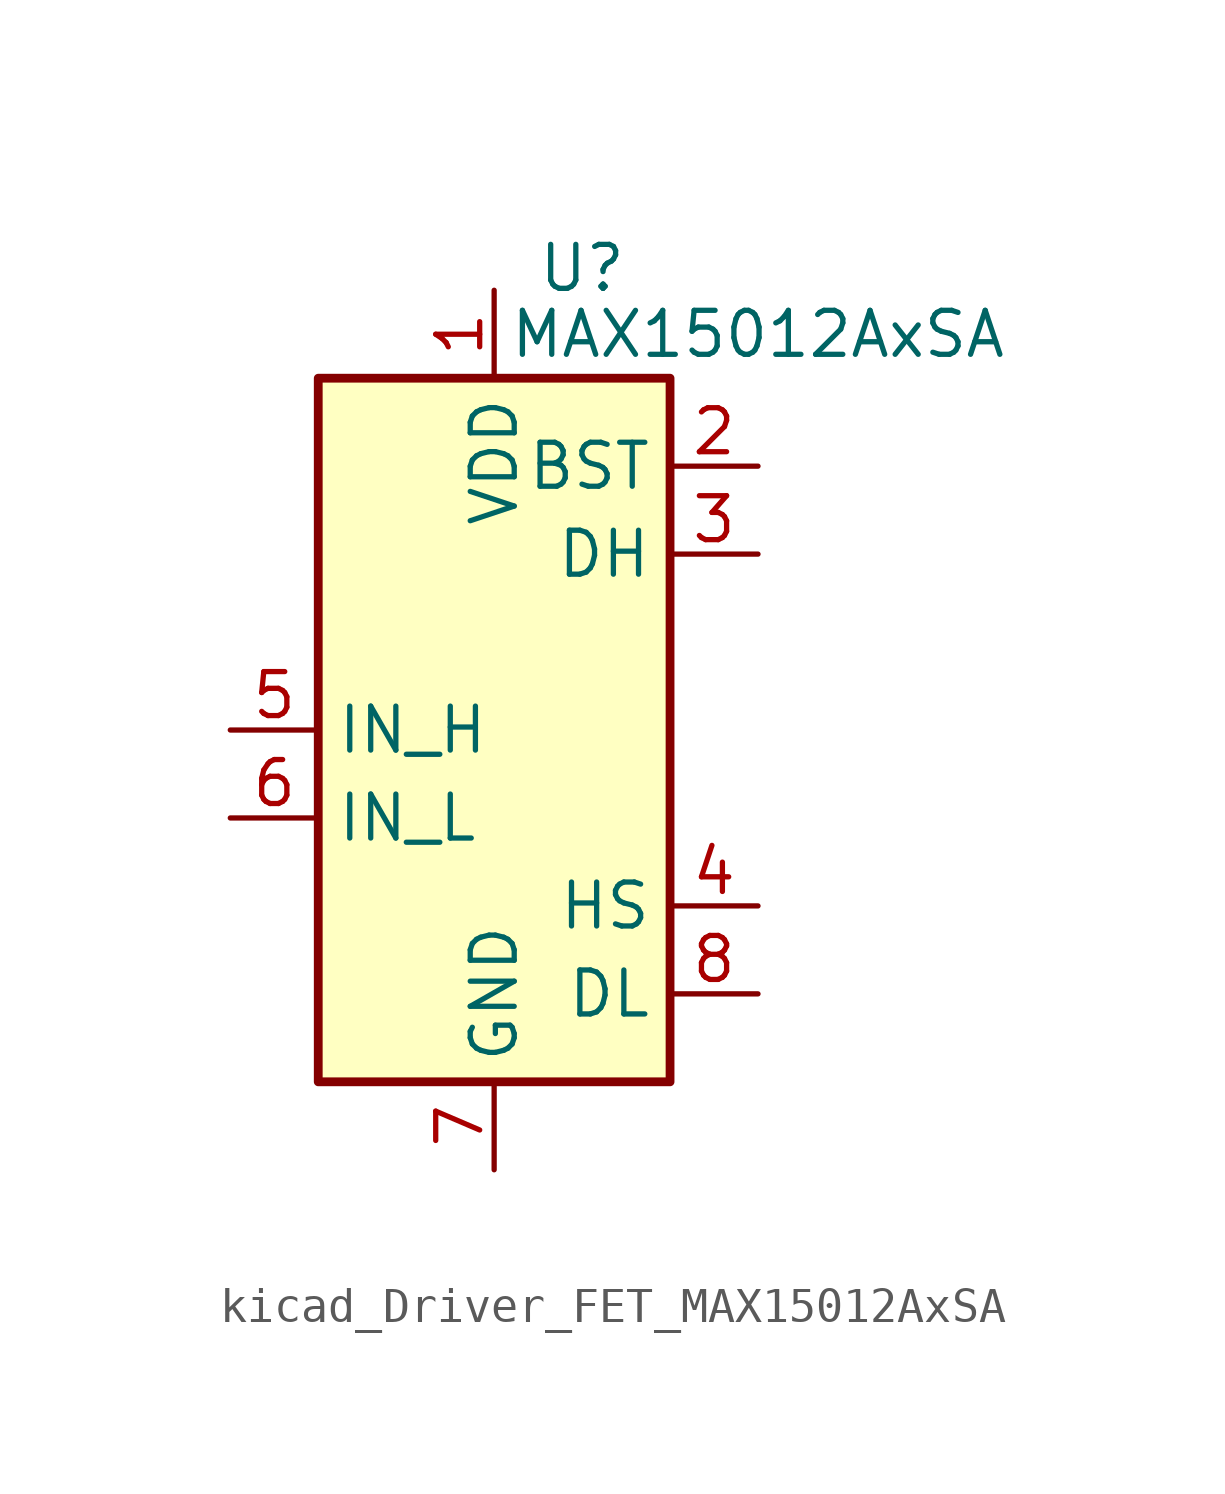
<source format=kicad_sym>
(kicad_symbol_lib
  (version 20220914)
  (generator kicad_symbol_editor)
  (symbol "kicad_Driver_FET_MAX15012AxSA"
    (property "Reference" "U"
      (at 2.54 13.335 0)
      (effects (font (size 1.27 1.27))))
    (property "Value" "MAX15012AxSA"
      (at 7.62 11.43 0)
      (effects (font (size 1.27 1.27))))
    (symbol "kicad_Driver_FET_MAX15012AxSA_0_1"
      (rectangle (start -5.08 -10.16) (end 5.08 10.16) (stroke (width 0.254) (type default)) (fill (type background))))
    (symbol "kicad_Driver_FET_MAX15012AxSA_1_1"
      (pin power_in line (at 0 12.7 270) (length 2.54) (name "VDD" (effects (font (size 1.27 1.27)))) (number "1" (effects (font (size 1.27 1.27)))))
      (pin power_in line (at 7.62 7.62 180) (length 2.54) (name "BST" (effects (font (size 1.27 1.27)))) (number "2" (effects (font (size 1.27 1.27)))))
      (pin output line (at 7.62 5.08 180) (length 2.54) (name "DH" (effects (font (size 1.27 1.27)))) (number "3" (effects (font (size 1.27 1.27)))))
      (pin passive line (at 7.62 -5.08 180) (length 2.54) (name "HS" (effects (font (size 1.27 1.27)))) (number "4" (effects (font (size 1.27 1.27)))))
      (pin input line (at -7.62 0 0) (length 2.54) (name "IN_H" (effects (font (size 1.27 1.27)))) (number "5" (effects (font (size 1.27 1.27)))))
      (pin input line (at -7.62 -2.54 0) (length 2.54) (name "IN_L" (effects (font (size 1.27 1.27)))) (number "6" (effects (font (size 1.27 1.27)))))
      (pin power_in line (at 0 -12.7 90) (length 2.54) (name "GND" (effects (font (size 1.27 1.27)))) (number "7" (effects (font (size 1.27 1.27)))))
      (pin output line (at 7.62 -7.62 180) (length 2.54) (name "DL" (effects (font (size 1.27 1.27)))) (number "8" (effects (font (size 1.27 1.27))))))))
</source>
